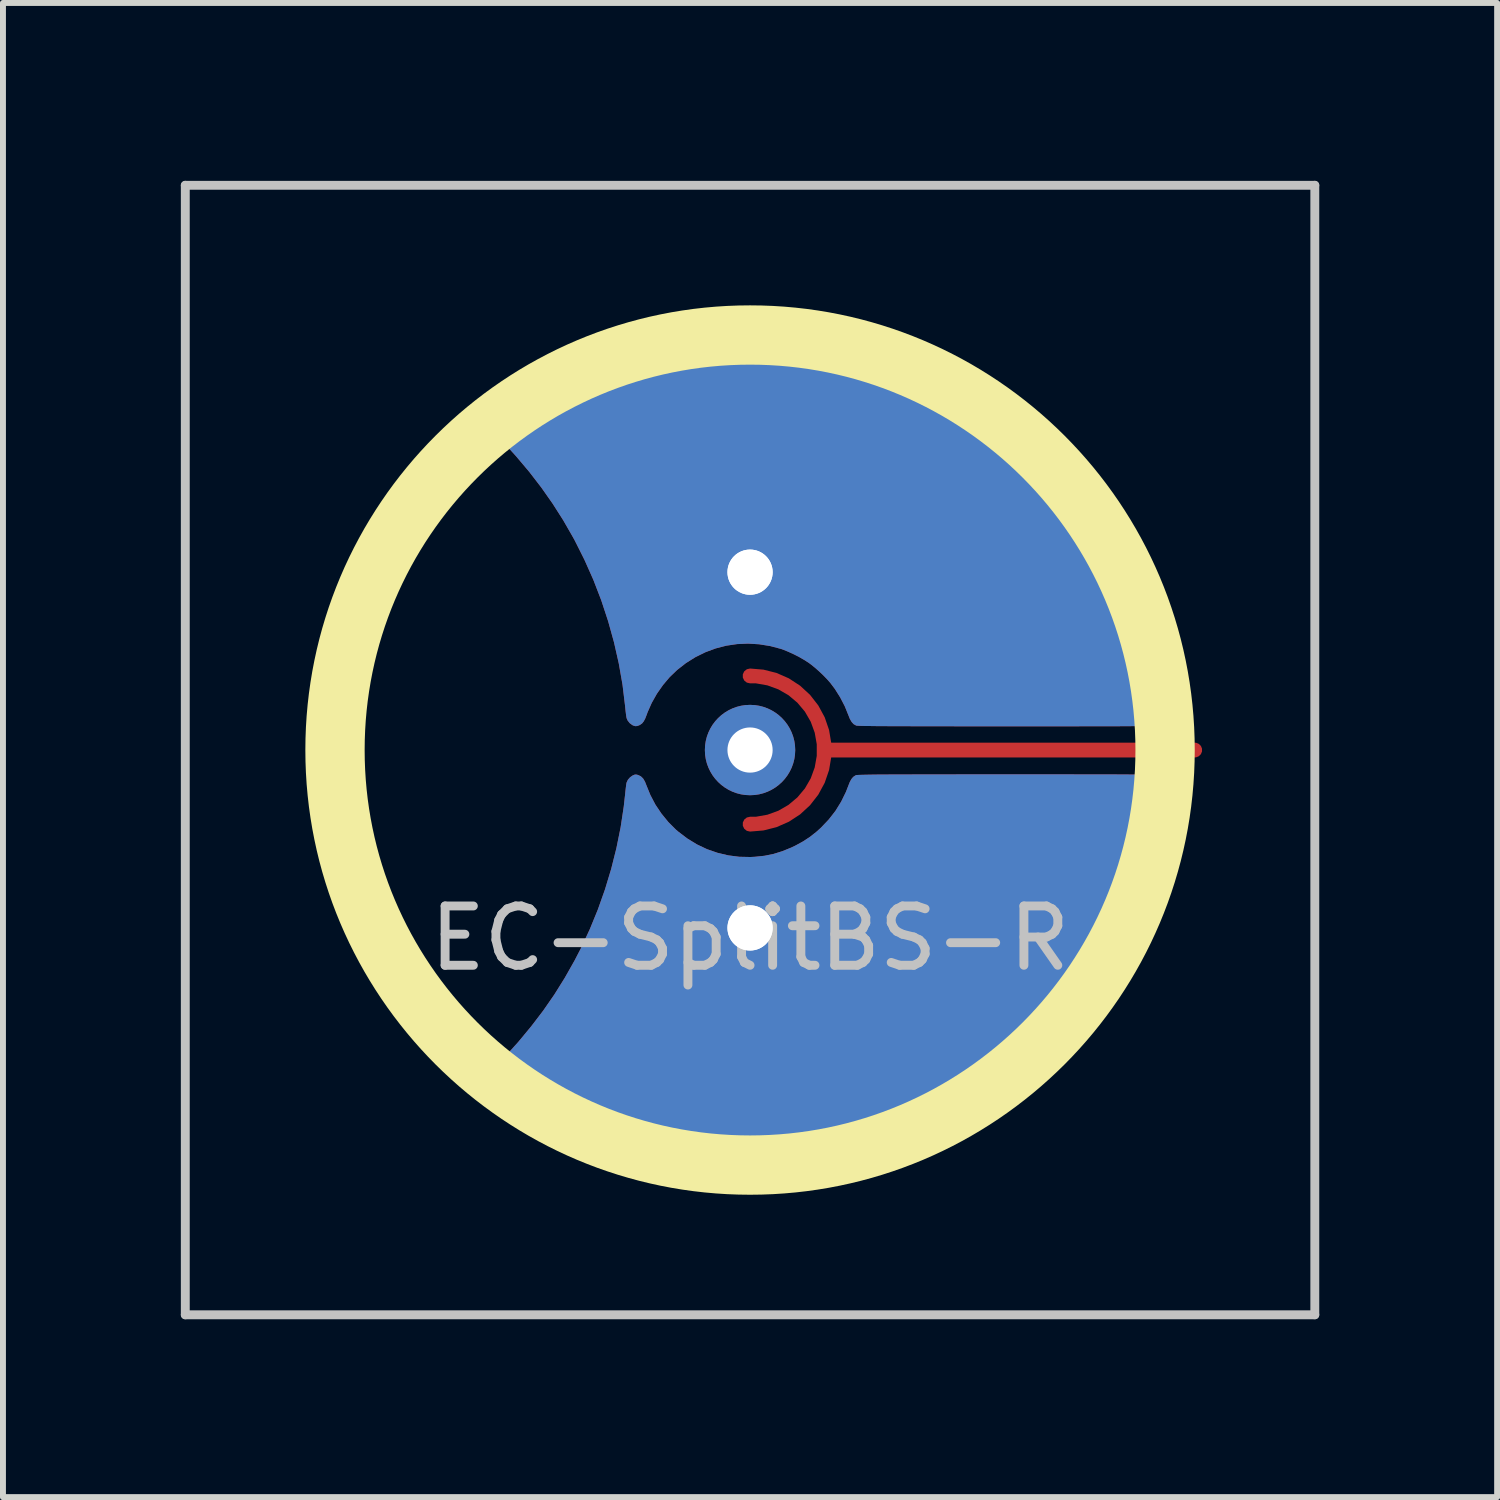
<source format=kicad_pcb>
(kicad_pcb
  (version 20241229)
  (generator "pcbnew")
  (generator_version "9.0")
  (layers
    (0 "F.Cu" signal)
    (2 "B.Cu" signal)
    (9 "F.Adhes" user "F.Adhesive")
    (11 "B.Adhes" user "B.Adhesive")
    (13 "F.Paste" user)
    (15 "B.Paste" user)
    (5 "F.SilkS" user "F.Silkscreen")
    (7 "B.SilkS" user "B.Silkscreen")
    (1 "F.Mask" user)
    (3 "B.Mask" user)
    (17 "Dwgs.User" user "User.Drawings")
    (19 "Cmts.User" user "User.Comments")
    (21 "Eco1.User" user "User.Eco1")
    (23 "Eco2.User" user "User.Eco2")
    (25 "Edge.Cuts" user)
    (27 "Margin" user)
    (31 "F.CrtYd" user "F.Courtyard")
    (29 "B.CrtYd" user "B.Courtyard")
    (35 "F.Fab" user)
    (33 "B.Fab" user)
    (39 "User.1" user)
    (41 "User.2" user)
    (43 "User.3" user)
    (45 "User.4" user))
  (footprint "EC-SplitBS-R"
    (layer "F.Cu")
    (at 9.6 9.6)
    (property "Reference" "EC-SplitBS-R" (at 0 3.175 0) (layer "Dwgs.User") (effects (font (size 1 1) (thickness 0.15))))
    (attr through_hole)
    (fp_circle (center 0 0) (end 7 0) (stroke (width 1) (type solid)) (fill no) (layer "F.SilkS"))
    (fp_line (start -9.525 -9.525) (end 9.525 -9.525) (stroke (width 0.15) (type solid)) (layer "Dwgs.User"))
    (fp_line (start -9.525 9.525) (end -9.525 -9.525) (stroke (width 0.15) (type solid)) (layer "Dwgs.User"))
    (fp_line (start 9.525 -9.525) (end 9.525 9.525) (stroke (width 0.15) (type solid)) (layer "Dwgs.User"))
    (fp_line (start 9.525 9.525) (end -9.525 9.525) (stroke (width 0.15) (type solid)) (layer "Dwgs.User"))
    (pad "" thru_hole circle (at 0 0) (size 1.524 1.524) (drill 0.762) (layers "*.Cu" "B.Mask"))
    (pad "1" thru_hole circle (at 0 -3) (size 1.524 1.524) (drill 0.762) (layers "*.Cu" "B.Mask"))
    (pad "1" thru_hole custom (at 0 -3) (size 1.524 1.524) (drill 0.762) (layers "F.Cu") (options (anchor circle)) (primitives (gr_poly (pts (xy 0.436 -3.976) (xy 0.798 -3.942) (xy 0.854 -3.935) (xy 1.225 -3.877) (xy 1.59 -3.8) (xy 1.949 -3.704) (xy 2.301 -3.589) (xy 2.646 -3.456) (xy 2.984 -3.305) (xy 3.313 -3.137) (xy 3.633 -2.951) (xy 3.943 -2.748) (xy 4.243 -2.528) (xy 4.532 -2.292) (xy 4.81 -2.039) (xy 4.837 -2.013) (xy 5.095 -1.749) (xy 5.338 -1.472) (xy 5.566 -1.183) (xy 5.778 -0.883) (xy 5.974 -0.571) (xy 6.154 -0.25) (xy 6.316 0.08) (xy 6.461 0.418) (xy 6.589 0.764) (xy 6.698 1.116) (xy 6.789 1.474) (xy 6.86 1.838) (xy 6.869 1.894) (xy 6.881 1.972) (xy 6.893 2.052) (xy 6.903 2.132) (xy 6.912 2.209) (xy 6.92 2.281) (xy 6.925 2.343) (xy 6.929 2.394) (xy 6.93 2.43) (xy 6.929 2.445) (xy 6.912 2.489) (xy 6.883 2.532) (xy 6.845 2.567) (xy 6.825 2.579) (xy 6.821 2.582) (xy 6.816 2.584) (xy 6.81 2.585) (xy 6.801 2.587) (xy 6.791 2.589) (xy 6.776 2.59) (xy 6.758 2.591) (xy 6.734 2.593) (xy 6.705 2.594) (xy 6.669 2.595) (xy 6.627 2.595) (xy 6.576 2.596) (xy 6.516 2.597) (xy 6.447 2.597) (xy 6.368 2.598) (xy 6.278 2.598) (xy 6.176 2.599) (xy 6.062 2.599) (xy 5.935 2.599) (xy 5.793 2.599) (xy 5.638 2.599) (xy 5.466 2.6) (xy 5.279 2.6) (xy 5.074 2.6) (xy 4.852 2.6) (xy 4.612 2.6) (xy 4.352 2.6) (xy 4.302 2.6) (xy 4.033 2.6) (xy 3.783 2.6) (xy 3.552 2.6) (xy 3.338 2.599) (xy 3.142 2.599) (xy 2.962 2.599) (xy 2.799 2.599) (xy 2.65 2.598) (xy 2.516 2.598) (xy 2.396 2.598) (xy 2.29 2.597) (xy 2.195 2.597) (xy 2.113 2.596) (xy 2.041 2.595) (xy 1.98 2.594) (xy 1.929 2.594) (xy 1.887 2.593) (xy 1.853 2.592) (xy 1.827 2.59) (xy 1.808 2.589) (xy 1.795 2.588) (xy 1.788 2.586) (xy 1.788 2.586) (xy 1.747 2.563) (xy 1.714 2.527) (xy 1.684 2.476) (xy 1.66 2.416) (xy 1.598 2.263) (xy 1.52 2.112) (xy 1.43 1.969) (xy 1.353 1.867) (xy 1.302 1.809) (xy 1.238 1.743) (xy 1.169 1.677) (xy 1.098 1.614) (xy 1.031 1.56) (xy 0.999 1.536) (xy 0.923 1.486) (xy 0.835 1.435) (xy 0.74 1.386) (xy 0.646 1.343) (xy 0.558 1.307) (xy 0.524 1.295) (xy 0.339 1.246) (xy 0.152 1.216) (xy -0.034 1.205) (xy -0.219 1.213) (xy -0.401 1.24) (xy -0.579 1.286) (xy -0.752 1.35) (xy -0.919 1.432) (xy -1.079 1.532) (xy -1.229 1.649) (xy -1.231 1.651) (xy -1.355 1.77) (xy -1.469 1.905) (xy -1.571 2.051) (xy -1.658 2.205) (xy -1.728 2.363) (xy -1.743 2.405) (xy -1.768 2.469) (xy -1.793 2.516) (xy -1.82 2.55) (xy -1.852 2.573) (xy -1.866 2.581) (xy -1.905 2.595) (xy -1.936 2.597) (xy -1.968 2.587) (xy -1.984 2.58) (xy -2.03 2.546) (xy -2.065 2.501) (xy -2.082 2.462) (xy -2.086 2.439) (xy -2.092 2.401) (xy -2.098 2.352) (xy -2.104 2.295) (xy -2.108 2.255) (xy -2.151 1.898) (xy -2.214 1.54) (xy -2.295 1.182) (xy -2.394 0.826) (xy -2.51 0.474) (xy -2.643 0.129) (xy -2.793 -0.208) (xy -2.957 -0.535) (xy -2.986 -0.588) (xy -3.152 -0.877) (xy -3.33 -1.156) (xy -3.521 -1.428) (xy -3.726 -1.694) (xy -3.948 -1.957) (xy -4.15 -2.18) (xy -4.207 -2.24) (xy -4.25 -2.289) (xy -4.282 -2.329) (xy -4.304 -2.362) (xy -4.317 -2.39) (xy -4.323 -2.416) (xy -4.323 -2.442) (xy -4.321 -2.461) (xy -4.312 -2.499) (xy -4.297 -2.531) (xy -4.273 -2.563) (xy -4.238 -2.597) (xy -4.188 -2.637) (xy -4.18 -2.642) (xy -3.963 -2.796) (xy -3.729 -2.946) (xy -3.481 -3.09) (xy -3.224 -3.227) (xy -2.961 -3.355) (xy -2.694 -3.471) (xy -2.431 -3.574) (xy -2.089 -3.688) (xy -1.739 -3.785) (xy -1.384 -3.863) (xy -1.024 -3.923) (xy -0.66 -3.965) (xy -0.295 -3.987) (xy 0.071 -3.991) (xy 0.436 -3.976)) (width 0) (fill yes))))
    (pad "2" thru_hole circle (at 0 3) (size 1.524 1.524) (drill 0.762) (layers "*.Cu" "B.Mask"))
    (pad "2" thru_hole custom (at 0 3) (size 1.524 1.524) (drill 0.762) (layers "F.Cu") (options (anchor circle)) (primitives (gr_poly (pts (xy 4.566 -2.59) (xy 4.81 -2.59) (xy 5.035 -2.59) (xy 5.243 -2.59) (xy 5.433 -2.59) (xy 5.607 -2.589) (xy 5.766 -2.589) (xy 5.91 -2.589) (xy 6.04 -2.589) (xy 6.157 -2.589) (xy 6.261 -2.588) (xy 6.353 -2.588) (xy 6.434 -2.587) (xy 6.505 -2.587) (xy 6.566 -2.586) (xy 6.618 -2.585) (xy 6.663 -2.585) (xy 6.7 -2.584) (xy 6.73 -2.583) (xy 6.754 -2.581) (xy 6.774 -2.58) (xy 6.789 -2.579) (xy 6.8 -2.577) (xy 6.809 -2.576) (xy 6.815 -2.574) (xy 6.82 -2.572) (xy 6.823 -2.57) (xy 6.873 -2.535) (xy 6.909 -2.488) (xy 6.925 -2.448) (xy 6.928 -2.42) (xy 6.928 -2.374) (xy 6.924 -2.313) (xy 6.917 -2.239) (xy 6.908 -2.155) (xy 6.896 -2.063) (xy 6.882 -1.966) (xy 6.866 -1.864) (xy 6.848 -1.762) (xy 6.83 -1.661) (xy 6.814 -1.584) (xy 6.73 -1.223) (xy 6.626 -0.868) (xy 6.504 -0.519) (xy 6.364 -0.178) (xy 6.207 0.156) (xy 6.033 0.48) (xy 5.842 0.795) (xy 5.635 1.099) (xy 5.412 1.392) (xy 5.174 1.673) (xy 4.921 1.94) (xy 4.871 1.99) (xy 4.596 2.246) (xy 4.31 2.486) (xy 4.012 2.71) (xy 3.704 2.916) (xy 3.386 3.106) (xy 3.059 3.278) (xy 2.723 3.433) (xy 2.379 3.57) (xy 2.027 3.689) (xy 1.668 3.79) (xy 1.303 3.872) (xy 0.931 3.935) (xy 0.776 3.956) (xy 0.658 3.968) (xy 0.526 3.979) (xy 0.384 3.988) (xy 0.236 3.994) (xy 0.088 3.999) (xy -0.057 4.001) (xy -0.194 4.001) (xy -0.319 3.999) (xy -0.391 3.995) (xy -0.766 3.965) (xy -1.133 3.917) (xy -1.493 3.851) (xy -1.847 3.766) (xy -2.197 3.663) (xy -2.545 3.541) (xy -2.749 3.46) (xy -2.833 3.424) (xy -2.931 3.379) (xy -3.037 3.329) (xy -3.148 3.274) (xy -3.26 3.218) (xy -3.367 3.163) (xy -3.466 3.109) (xy -3.553 3.061) (xy -3.574 3.049) (xy -3.667 2.993) (xy -3.769 2.93) (xy -3.873 2.863) (xy -3.976 2.795) (xy -4.072 2.729) (xy -4.157 2.669) (xy -4.18 2.652) (xy -4.232 2.612) (xy -4.269 2.577) (xy -4.295 2.546) (xy -4.311 2.513) (xy -4.32 2.476) (xy -4.321 2.471) (xy -4.324 2.444) (xy -4.322 2.418) (xy -4.314 2.392) (xy -4.298 2.362) (xy -4.273 2.328) (xy -4.238 2.285) (xy -4.19 2.233) (xy -4.15 2.19) (xy -3.912 1.926) (xy -3.693 1.662) (xy -3.489 1.395) (xy -3.3 1.122) (xy -3.124 0.84) (xy -2.959 0.548) (xy -2.854 0.345) (xy -2.704 0.024) (xy -2.568 -0.308) (xy -2.447 -0.649) (xy -2.342 -0.996) (xy -2.254 -1.346) (xy -2.183 -1.697) (xy -2.13 -2.047) (xy -2.108 -2.245) (xy -2.102 -2.304) (xy -2.096 -2.359) (xy -2.09 -2.406) (xy -2.085 -2.439) (xy -2.082 -2.452) (xy -2.06 -2.499) (xy -2.023 -2.541) (xy -1.977 -2.573) (xy -1.973 -2.574) (xy -1.944 -2.586) (xy -1.92 -2.587) (xy -1.89 -2.58) (xy -1.843 -2.558) (xy -1.804 -2.521) (xy -1.772 -2.467) (xy -1.749 -2.409) (xy -1.681 -2.242) (xy -1.596 -2.08) (xy -1.494 -1.928) (xy -1.378 -1.786) (xy -1.249 -1.657) (xy -1.209 -1.623) (xy -1.056 -1.507) (xy -0.894 -1.408) (xy -0.725 -1.328) (xy -0.549 -1.267) (xy -0.368 -1.224) (xy -0.183 -1.2) (xy 0.007 -1.196) (xy 0.083 -1.2) (xy 0.244 -1.217) (xy 0.396 -1.248) (xy 0.544 -1.294) (xy 0.694 -1.355) (xy 0.765 -1.389) (xy 0.895 -1.46) (xy 1.012 -1.537) (xy 1.123 -1.625) (xy 1.197 -1.692) (xy 1.328 -1.83) (xy 1.441 -1.975) (xy 1.536 -2.129) (xy 1.616 -2.292) (xy 1.656 -2.395) (xy 1.682 -2.461) (xy 1.709 -2.51) (xy 1.739 -2.546) (xy 1.774 -2.57) (xy 1.788 -2.576) (xy 1.794 -2.578) (xy 1.805 -2.579) (xy 1.823 -2.58) (xy 1.848 -2.581) (xy 1.881 -2.582) (xy 1.921 -2.583) (xy 1.971 -2.584) (xy 2.03 -2.585) (xy 2.1 -2.586) (xy 2.181 -2.587) (xy 2.273 -2.587) (xy 2.378 -2.588) (xy 2.495 -2.588) (xy 2.627 -2.588) (xy 2.773 -2.589) (xy 2.934 -2.589) (xy 3.111 -2.589) (xy 3.304 -2.589) (xy 3.515 -2.59) (xy 3.743 -2.59) (xy 3.99 -2.59) (xy 4.256 -2.59) (xy 4.302 -2.59) (xy 4.566 -2.59)) (width 0) (fill yes))))
    (pad "3" smd custom (at 7.5 0 270) (size 0.25 0.25) (layers "F.Cu") (options (anchor circle)) (primitives (gr_line (start 0 6.25) (end 0 0) (width 0.25)) (gr_arc (start -1.25 7.5) (mid 0 6.25) (end 1.25 7.5) (width 0.25)))))
  (gr_rect
    (start -3 -3)
    (end 22.2 22.2)
    (stroke (width 0.1) (type default))
    (fill no)
    (layer "Edge.Cuts")))
</source>
